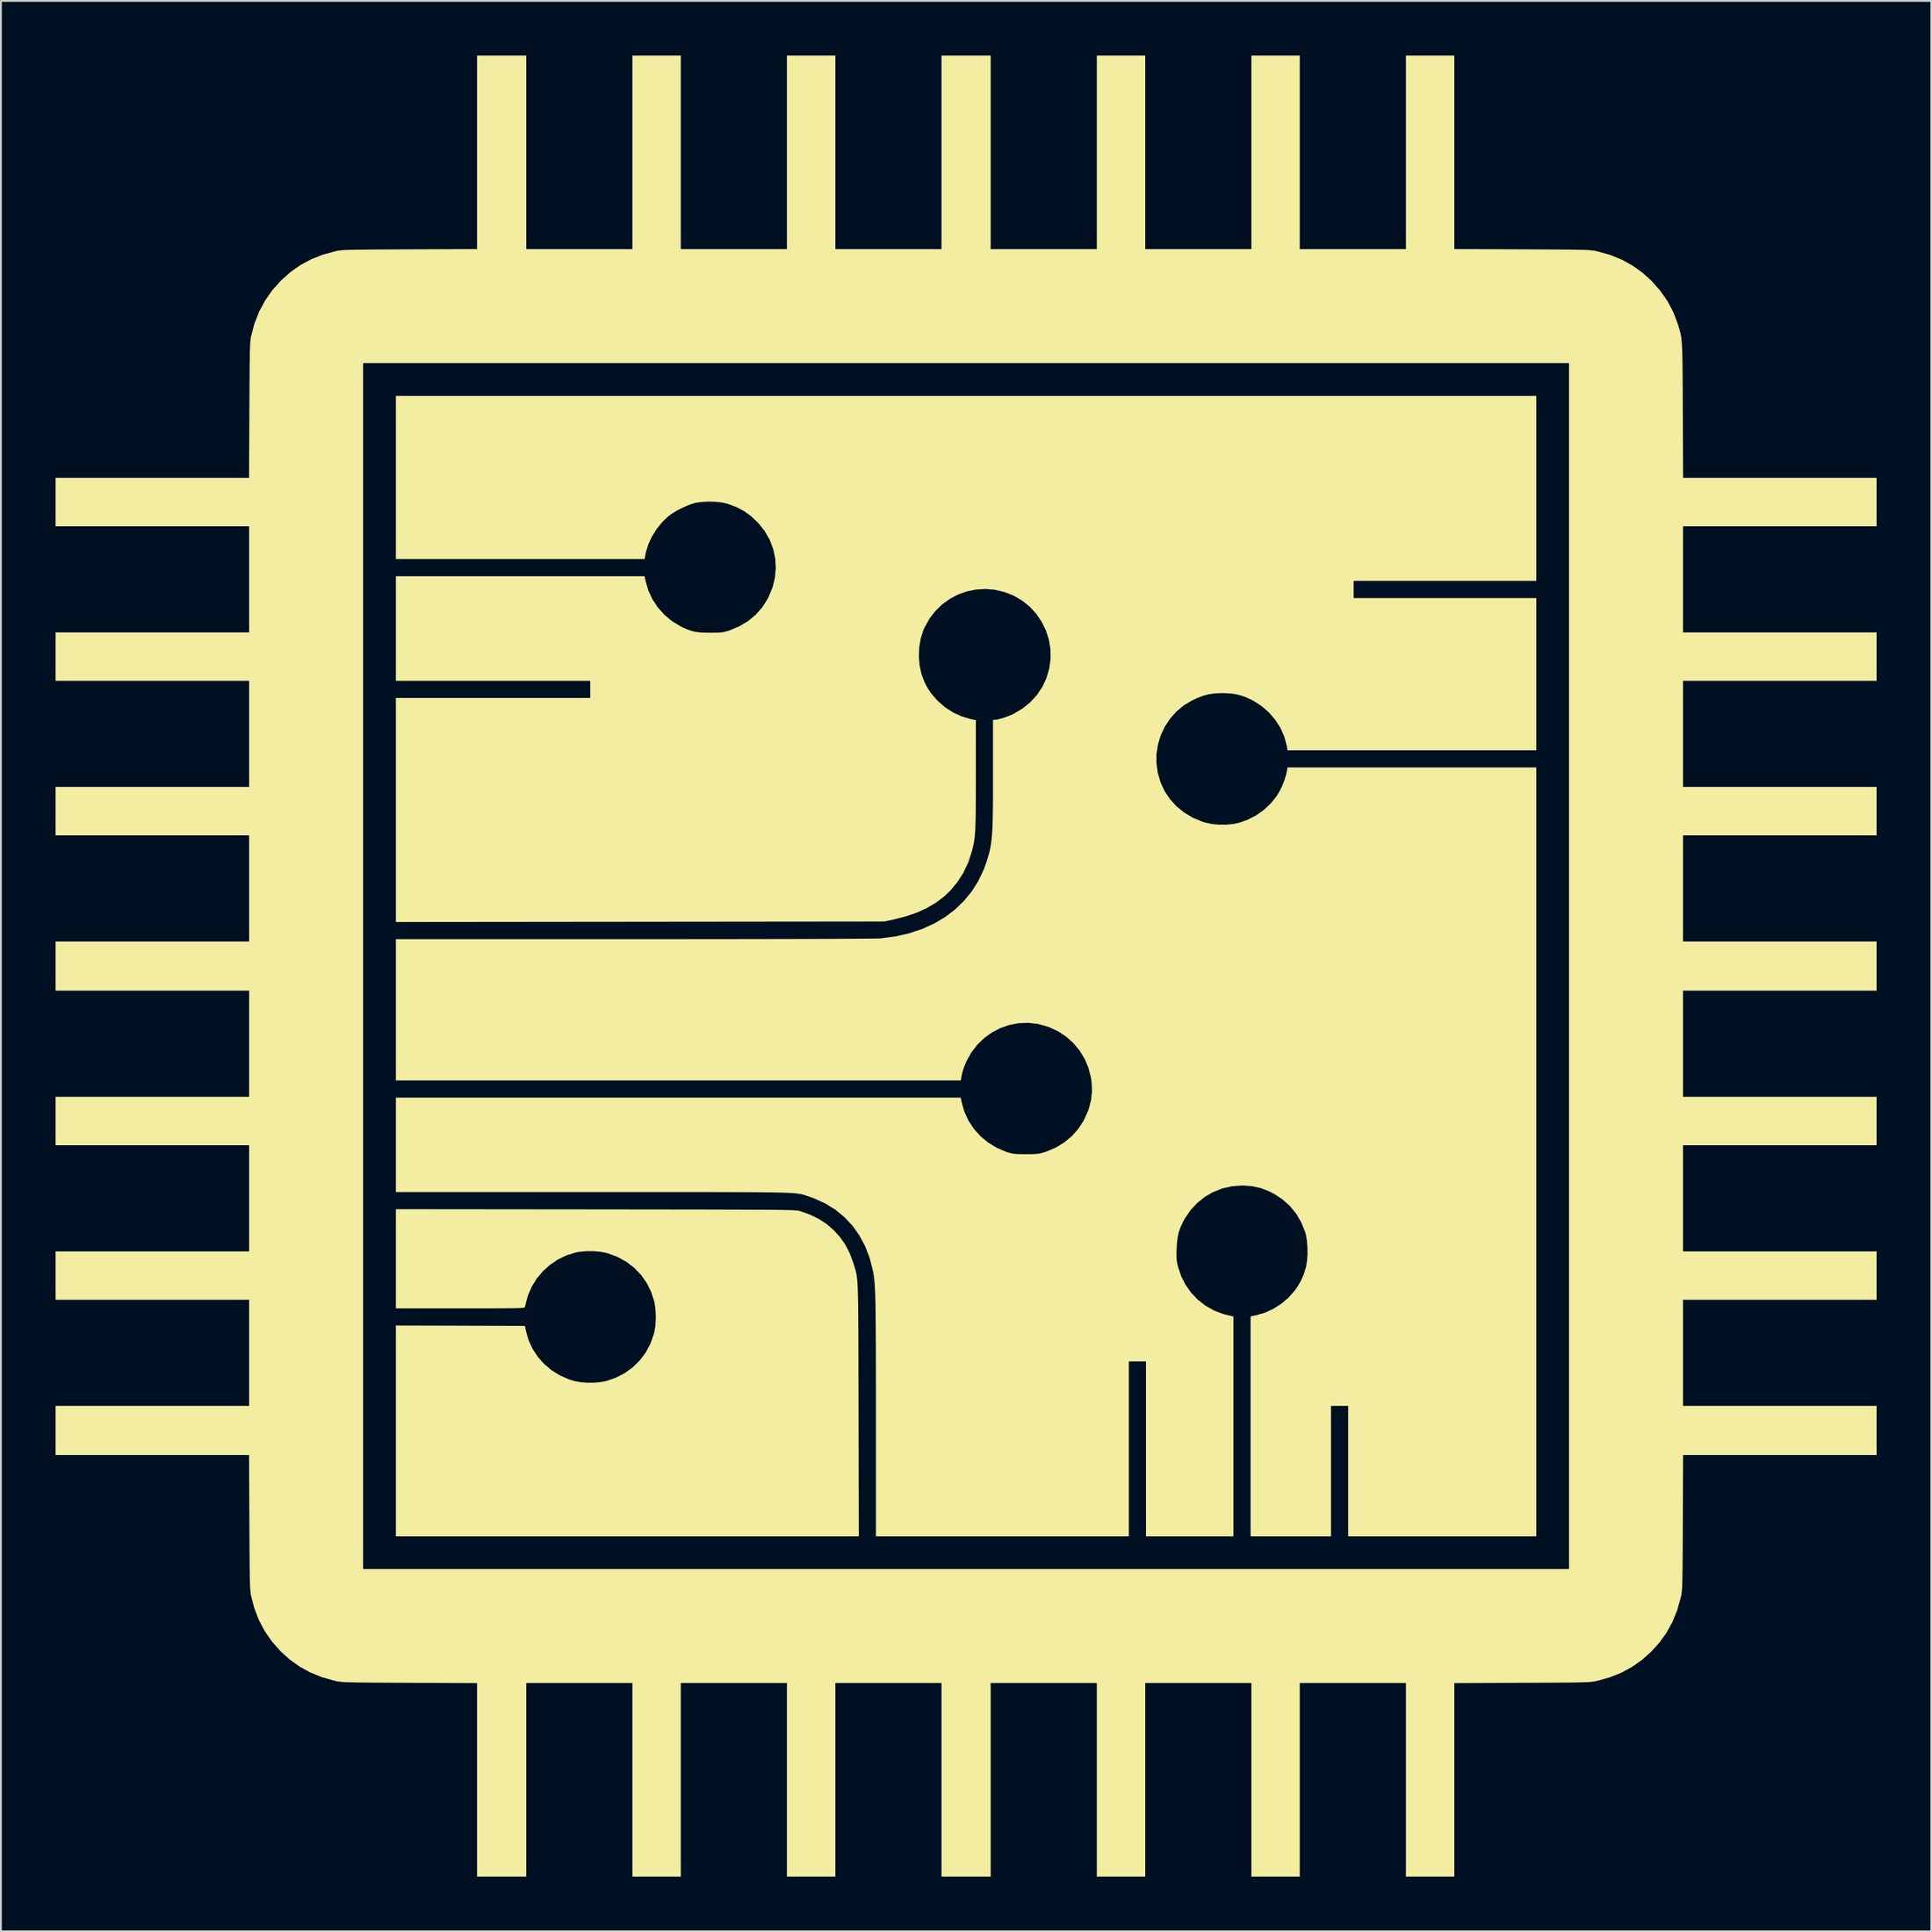
<source format=kicad_pcb>
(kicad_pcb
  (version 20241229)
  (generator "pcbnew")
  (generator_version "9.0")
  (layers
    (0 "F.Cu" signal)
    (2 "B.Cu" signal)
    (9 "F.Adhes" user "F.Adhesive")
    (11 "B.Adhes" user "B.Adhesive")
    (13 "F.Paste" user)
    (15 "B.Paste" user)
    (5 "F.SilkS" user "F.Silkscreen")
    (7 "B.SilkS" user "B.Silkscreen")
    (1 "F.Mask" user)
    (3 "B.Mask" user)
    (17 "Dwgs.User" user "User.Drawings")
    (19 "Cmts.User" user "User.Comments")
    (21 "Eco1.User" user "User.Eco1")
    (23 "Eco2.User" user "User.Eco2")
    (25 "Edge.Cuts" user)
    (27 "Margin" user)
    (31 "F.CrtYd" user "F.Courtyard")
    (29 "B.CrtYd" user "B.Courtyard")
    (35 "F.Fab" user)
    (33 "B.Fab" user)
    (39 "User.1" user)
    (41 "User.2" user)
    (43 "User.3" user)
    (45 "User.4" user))
  (footprint "image-converter-footprint"
    (layer "F.Cu")
    (at 49.943 49.943)
    (property "Reference" "image-converter-footprint" (at 0 0 0) (layer "F.SilkS") (effects (font (size 1.524 1.524) (thickness 0.3))))
    (attr board_only exclude_from_pos_files exclude_from_bom)
    (fp_poly (pts (xy -20.314 13.374) (xy -19.167 13.375) (xy -18.102 13.377) (xy -17.117 13.378) (xy -16.208 13.379) (xy -15.372 13.38) (xy -14.606 13.381) (xy -13.907 13.383) (xy -13.271 13.384) (xy -12.696 13.386) (xy -12.178 13.388) (xy -11.714 13.39) (xy -11.302 13.392) (xy -10.937 13.395) (xy -10.616 13.397) (xy -10.338 13.4) (xy -10.097 13.404) (xy -9.892 13.408) (xy -9.719 13.412) (xy -9.575 13.416) (xy -9.456 13.421) (xy -9.36 13.426) (xy -9.284 13.432) (xy -9.224 13.438) (xy -9.177 13.445) (xy -9.14 13.453) (xy -9.109 13.46) (xy -9.106 13.461) (xy -8.549 13.659) (xy -8.059 13.896) (xy -7.625 14.18) (xy -7.238 14.517) (xy -7.235 14.519) (xy -6.888 14.905) (xy -6.602 15.316) (xy -6.368 15.771) (xy -6.175 16.285) (xy -6.151 16.362) (xy -6.118 16.467) (xy -6.089 16.562) (xy -6.062 16.652) (xy -6.037 16.739) (xy -6.016 16.829) (xy -5.996 16.926) (xy -5.979 17.034) (xy -5.963 17.157) (xy -5.95 17.299) (xy -5.938 17.464) (xy -5.928 17.658) (xy -5.92 17.884) (xy -5.912 18.145) (xy -5.906 18.447) (xy -5.901 18.794) (xy -5.897 19.19) (xy -5.894 19.638) (xy -5.891 20.144) (xy -5.889 20.711) (xy -5.887 21.344) (xy -5.885 22.047) (xy -5.884 22.823) (xy -5.882 23.678) (xy -5.88 24.383) (xy -5.865 31.311) (xy -31.268 31.311) (xy -31.268 19.746) (xy -27.727 19.756) (xy -24.186 19.767) (xy -24.13 20.047) (xy -23.984 20.556) (xy -23.763 21.034) (xy -23.474 21.473) (xy -23.122 21.866) (xy -22.714 22.208) (xy -22.257 22.49) (xy -21.757 22.706) (xy -21.481 22.791) (xy -21.151 22.854) (xy -20.774 22.884) (xy -20.383 22.882) (xy -20.01 22.848) (xy -19.725 22.791) (xy -19.194 22.608) (xy -18.707 22.355) (xy -18.269 22.038) (xy -17.886 21.662) (xy -17.563 21.233) (xy -17.306 20.757) (xy -17.121 20.24) (xy -17.09 20.12) (xy -17.029 19.759) (xy -17.004 19.356) (xy -17.015 18.946) (xy -17.062 18.565) (xy -17.09 18.43) (xy -17.259 17.903) (xy -17.5 17.417) (xy -17.809 16.977) (xy -18.179 16.589) (xy -18.605 16.259) (xy -19.081 15.992) (xy -19.602 15.794) (xy -19.725 15.759) (xy -20.058 15.696) (xy -20.437 15.665) (xy -20.829 15.667) (xy -21.201 15.701) (xy -21.395 15.737) (xy -21.902 15.893) (xy -22.378 16.123) (xy -22.815 16.418) (xy -23.206 16.771) (xy -23.543 17.174) (xy -23.818 17.62) (xy -24.022 18.1) (xy -24.113 18.422) (xy -24.146 18.566) (xy -24.174 18.683) (xy -24.186 18.729) (xy -24.193 18.742) (xy -24.211 18.754) (xy -24.245 18.764) (xy -24.301 18.773) (xy -24.383 18.78) (xy -24.498 18.786) (xy -24.65 18.791) (xy -24.846 18.795) (xy -25.09 18.798) (xy -25.389 18.8) (xy -25.747 18.802) (xy -26.171 18.803) (xy -26.664 18.803) (xy -27.234 18.804) (xy -27.737 18.804) (xy -31.268 18.804) (xy -31.268 13.363)) (stroke (width 0) (type solid)) (fill yes) (layer "F.SilkS"))
    (fp_poly (pts (xy -24.115 -39.321) (xy -18.29 -39.321) (xy -18.29 -49.943) (xy -15.634 -49.943) (xy -15.634 -39.321) (xy -9.809 -39.321) (xy -9.809 -49.943) (xy -7.153 -49.943) (xy -7.153 -39.321) (xy -1.328 -39.321) (xy -1.328 -49.943) (xy 1.371 -49.943) (xy 1.371 -39.321) (xy 7.196 -39.321) (xy 7.196 -49.943) (xy 9.852 -49.943) (xy 9.852 -39.321) (xy 15.677 -39.321) (xy 15.677 -49.943) (xy 18.333 -49.943) (xy 18.333 -39.321) (xy 24.158 -39.321) (xy 24.158 -49.943) (xy 26.813 -49.943) (xy 26.813 -39.325) (xy 30.529 -39.31) (xy 31.179 -39.307) (xy 31.75 -39.304) (xy 32.246 -39.302) (xy 32.675 -39.299) (xy 33.041 -39.296) (xy 33.352 -39.292) (xy 33.612 -39.288) (xy 33.829 -39.283) (xy 34.006 -39.277) (xy 34.152 -39.27) (xy 34.271 -39.262) (xy 34.369 -39.252) (xy 34.453 -39.241) (xy 34.528 -39.228) (xy 34.601 -39.213) (xy 34.66 -39.2) (xy 35.355 -39.006) (xy 35.993 -38.749) (xy 36.584 -38.426) (xy 37.134 -38.033) (xy 37.631 -37.585) (xy 38.102 -37.056) (xy 38.501 -36.485) (xy 38.825 -35.875) (xy 39.072 -35.234) (xy 39.087 -35.186) (xy 39.129 -35.049) (xy 39.166 -34.924) (xy 39.198 -34.807) (xy 39.226 -34.691) (xy 39.25 -34.57) (xy 39.27 -34.438) (xy 39.287 -34.287) (xy 39.301 -34.114) (xy 39.313 -33.91) (xy 39.322 -33.67) (xy 39.329 -33.388) (xy 39.335 -33.057) (xy 39.339 -32.672) (xy 39.343 -32.226) (xy 39.346 -31.712) (xy 39.348 -31.125) (xy 39.351 -30.465) (xy 39.368 -26.771) (xy 49.986 -26.771) (xy 49.986 -24.115) (xy 39.364 -24.115) (xy 39.364 -18.29) (xy 49.986 -18.29) (xy 49.986 -15.634) (xy 39.364 -15.634) (xy 39.364 -9.809) (xy 49.986 -9.809) (xy 49.986 -7.153) (xy 39.364 -7.153) (xy 39.364 -1.328) (xy 49.986 -1.328) (xy 49.986 1.371) (xy 39.364 1.371) (xy 39.364 7.196) (xy 49.986 7.196) (xy 49.986 9.852) (xy 39.364 9.852) (xy 39.364 15.677) (xy 49.986 15.677) (xy 49.986 18.333) (xy 39.364 18.333) (xy 39.364 24.158) (xy 49.986 24.158) (xy 49.986 26.856) (xy 39.368 26.856) (xy 39.352 30.551) (xy 39.349 31.199) (xy 39.347 31.767) (xy 39.344 32.262) (xy 39.341 32.689) (xy 39.338 33.054) (xy 39.334 33.363) (xy 39.33 33.622) (xy 39.325 33.836) (xy 39.319 34.013) (xy 39.312 34.158) (xy 39.304 34.276) (xy 39.294 34.374) (xy 39.283 34.458) (xy 39.27 34.533) (xy 39.255 34.606) (xy 39.242 34.66) (xy 39.048 35.357) (xy 38.79 35.999) (xy 38.465 36.592) (xy 38.07 37.143) (xy 37.628 37.631) (xy 37.109 38.096) (xy 36.556 38.486) (xy 35.964 38.806) (xy 35.323 39.059) (xy 34.66 39.243) (xy 34.586 39.259) (xy 34.514 39.274) (xy 34.437 39.286) (xy 34.351 39.297) (xy 34.248 39.306) (xy 34.125 39.314) (xy 33.973 39.321) (xy 33.788 39.327) (xy 33.563 39.332) (xy 33.293 39.336) (xy 32.971 39.339) (xy 32.592 39.342) (xy 32.15 39.345) (xy 31.639 39.347) (xy 31.053 39.35) (xy 30.529 39.352) (xy 26.813 39.368) (xy 26.813 49.986) (xy 24.158 49.986) (xy 24.158 39.364) (xy 18.333 39.364) (xy 18.333 49.986) (xy 15.677 49.986) (xy 15.677 39.364) (xy 9.852 39.364) (xy 9.852 49.986) (xy 7.196 49.986) (xy 7.196 39.364) (xy 1.371 39.364) (xy 1.371 49.986) (xy -1.328 49.986) (xy -1.328 39.364) (xy -7.153 39.364) (xy -7.153 49.986) (xy -9.809 49.986) (xy -9.809 39.364) (xy -15.634 39.364) (xy -15.634 49.986) (xy -18.29 49.986) (xy -18.29 39.364) (xy -24.115 39.364) (xy -24.115 49.986) (xy -26.813 49.986) (xy -26.813 39.368) (xy -30.508 39.352) (xy -31.156 39.349) (xy -31.724 39.347) (xy -32.219 39.344) (xy -32.646 39.341) (xy -33.011 39.338) (xy -33.32 39.334) (xy -33.579 39.33) (xy -33.794 39.325) (xy -33.97 39.319) (xy -34.115 39.312) (xy -34.233 39.304) (xy -34.331 39.294) (xy -34.415 39.283) (xy -34.49 39.27) (xy -34.563 39.255) (xy -34.618 39.242) (xy -35.315 39.048) (xy -35.957 38.789) (xy -36.552 38.463) (xy -37.104 38.067) (xy -37.588 37.63) (xy -38.062 37.098) (xy -38.463 36.52) (xy -38.791 35.897) (xy -39.046 35.231) (xy -39.221 34.552) (xy -39.234 34.481) (xy -39.245 34.397) (xy -39.255 34.295) (xy -39.264 34.169) (xy -39.271 34.013) (xy -39.278 33.821) (xy -39.283 33.589) (xy -39.288 33.309) (xy -39.291 33.11) (xy -33.067 33.11) (xy 33.11 33.11) (xy 33.11 -33.067) (xy -33.067 -33.067) (xy -33.067 33.11) (xy -39.291 33.11) (xy -39.293 32.976) (xy -39.296 32.584) (xy -39.3 32.128) (xy -39.303 31.603) (xy -39.306 31.001) (xy -39.309 30.529) (xy -39.325 26.856) (xy -49.943 26.856) (xy -49.943 24.158) (xy -39.321 24.158) (xy -39.321 18.333) (xy -49.943 18.333) (xy -49.943 15.677) (xy -39.321 15.677) (xy -39.321 9.852) (xy -49.943 9.852) (xy -49.943 7.196) (xy -39.321 7.196) (xy -39.321 1.371) (xy -49.943 1.371) (xy -49.943 -1.328) (xy -39.321 -1.328) (xy -39.321 -7.153) (xy -49.943 -7.153) (xy -49.943 -9.809) (xy -39.321 -9.809) (xy -39.321 -15.634) (xy -49.943 -15.634) (xy -49.943 -18.29) (xy -39.321 -18.29) (xy -39.321 -24.115) (xy -49.943 -24.115) (xy -49.943 -26.771) (xy -39.325 -26.771) (xy -39.309 -30.465) (xy -39.305 -31.126) (xy -39.302 -31.706) (xy -39.299 -32.212) (xy -39.295 -32.65) (xy -39.292 -33.026) (xy -39.287 -33.344) (xy -39.282 -33.611) (xy -39.276 -33.832) (xy -39.269 -34.013) (xy -39.262 -34.161) (xy -39.253 -34.28) (xy -39.242 -34.377) (xy -39.231 -34.456) (xy -39.221 -34.509) (xy -39.037 -35.216) (xy -38.778 -35.88) (xy -38.446 -36.501) (xy -38.039 -37.079) (xy -37.585 -37.587) (xy -37.069 -38.051) (xy -36.517 -38.441) (xy -35.924 -38.762) (xy -35.282 -39.016) (xy -34.618 -39.2) (xy -34.543 -39.216) (xy -34.47 -39.231) (xy -34.394 -39.243) (xy -34.307 -39.254) (xy -34.204 -39.264) (xy -34.08 -39.272) (xy -33.928 -39.278) (xy -33.742 -39.284) (xy -33.516 -39.289) (xy -33.245 -39.293) (xy -32.923 -39.296) (xy -32.543 -39.299) (xy -32.099 -39.302) (xy -31.586 -39.305) (xy -30.998 -39.307) (xy -30.508 -39.31) (xy -26.813 -39.325) (xy -26.813 -49.943) (xy -24.115 -49.943)) (stroke (width 0) (type solid)) (fill yes) (layer "F.SilkS"))
    (fp_poly (pts (xy 31.311 -21.117) (xy 21.288 -21.117) (xy 21.288 -20.174) (xy 31.311 -20.174) (xy 31.311 -11.822) (xy 17.662 -11.822) (xy 17.613 -12.09) (xy 17.479 -12.582) (xy 17.269 -13.052) (xy 16.988 -13.492) (xy 16.645 -13.891) (xy 16.247 -14.24) (xy 15.801 -14.53) (xy 15.653 -14.607) (xy 15.292 -14.766) (xy 14.949 -14.872) (xy 14.592 -14.934) (xy 14.192 -14.957) (xy 14.092 -14.958) (xy 13.708 -14.945) (xy 13.371 -14.901) (xy 13.05 -14.82) (xy 12.716 -14.694) (xy 12.435 -14.563) (xy 11.98 -14.293) (xy 11.575 -13.958) (xy 11.225 -13.567) (xy 10.934 -13.13) (xy 10.708 -12.654) (xy 10.552 -12.149) (xy 10.47 -11.624) (xy 10.466 -11.137) (xy 10.539 -10.586) (xy 10.691 -10.067) (xy 10.915 -9.584) (xy 11.208 -9.143) (xy 11.565 -8.75) (xy 11.982 -8.409) (xy 12.455 -8.125) (xy 12.98 -7.905) (xy 13.132 -7.857) (xy 13.487 -7.779) (xy 13.888 -7.74) (xy 14.303 -7.74) (xy 14.701 -7.778) (xy 14.97 -7.833) (xy 15.466 -8.005) (xy 15.935 -8.248) (xy 16.366 -8.554) (xy 16.748 -8.913) (xy 17.068 -9.317) (xy 17.243 -9.606) (xy 17.373 -9.879) (xy 17.487 -10.171) (xy 17.576 -10.452) (xy 17.628 -10.686) (xy 17.657 -10.88) (xy 31.311 -10.88) (xy 31.311 31.311) (xy 20.988 31.311) (xy 20.988 24.158) (xy 20.046 24.158) (xy 20.046 31.311) (xy 15.634 31.311) (xy 15.634 19.243) (xy 15.902 19.191) (xy 16.395 19.052) (xy 16.87 18.837) (xy 17.315 18.555) (xy 17.717 18.214) (xy 18.061 17.824) (xy 18.193 17.635) (xy 18.399 17.282) (xy 18.552 16.935) (xy 18.668 16.553) (xy 18.682 16.495) (xy 18.732 16.202) (xy 18.756 15.862) (xy 18.755 15.503) (xy 18.731 15.15) (xy 18.685 14.833) (xy 18.633 14.627) (xy 18.42 14.096) (xy 18.14 13.616) (xy 17.795 13.191) (xy 17.385 12.823) (xy 16.914 12.514) (xy 16.648 12.379) (xy 16.195 12.205) (xy 15.726 12.101) (xy 15.22 12.063) (xy 15.163 12.063) (xy 14.609 12.104) (xy 14.078 12.225) (xy 13.579 12.422) (xy 13.116 12.69) (xy 12.698 13.026) (xy 12.33 13.425) (xy 12.019 13.883) (xy 11.918 14.071) (xy 11.789 14.352) (xy 11.695 14.616) (xy 11.633 14.889) (xy 11.595 15.198) (xy 11.576 15.528) (xy 11.569 15.788) (xy 11.569 15.986) (xy 11.58 16.148) (xy 11.602 16.299) (xy 11.638 16.463) (xy 11.65 16.514) (xy 11.821 17.031) (xy 12.064 17.511) (xy 12.373 17.947) (xy 12.74 18.332) (xy 13.16 18.659) (xy 13.625 18.922) (xy 14.127 19.113) (xy 14.303 19.159) (xy 14.692 19.252) (xy 14.692 31.311) (xy 9.894 31.311) (xy 9.894 21.716) (xy 8.952 21.716) (xy 8.952 31.311) (xy -4.926 31.311) (xy -4.926 24.79) (xy -4.926 23.858) (xy -4.926 23.009) (xy -4.927 22.236) (xy -4.928 21.536) (xy -4.93 20.905) (xy -4.933 20.338) (xy -4.936 19.832) (xy -4.94 19.381) (xy -4.944 18.982) (xy -4.95 18.63) (xy -4.957 18.321) (xy -4.965 18.051) (xy -4.975 17.816) (xy -4.985 17.611) (xy -4.997 17.432) (xy -5.011 17.274) (xy -5.026 17.134) (xy -5.043 17.008) (xy -5.062 16.89) (xy -5.083 16.778) (xy -5.098 16.705) (xy -5.277 16.018) (xy -5.523 15.383) (xy -5.833 14.802) (xy -6.205 14.277) (xy -6.639 13.811) (xy -7.131 13.405) (xy -7.681 13.061) (xy -8.286 12.782) (xy -8.55 12.686) (xy -8.63 12.659) (xy -8.702 12.633) (xy -8.768 12.61) (xy -8.834 12.588) (xy -8.9 12.568) (xy -8.972 12.549) (xy -9.051 12.533) (xy -9.142 12.517) (xy -9.247 12.504) (xy -9.371 12.491) (xy -9.515 12.48) (xy -9.683 12.47) (xy -9.88 12.461) (xy -10.107 12.454) (xy -10.367 12.447) (xy -10.666 12.442) (xy -11.004 12.437) (xy -11.387 12.433) (xy -11.816 12.43) (xy -12.296 12.427) (xy -12.83 12.425) (xy -13.42 12.424) (xy -14.07 12.423) (xy -14.783 12.422) (xy -15.563 12.421) (xy -16.413 12.421) (xy -17.335 12.421) (xy -18.334 12.421) (xy -19.412 12.422) (xy -20.458 12.422) (xy -31.268 12.422) (xy -31.268 7.239) (xy -0.274 7.239) (xy -0.219 7.504) (xy -0.07 8.022) (xy 0.155 8.507) (xy 0.45 8.953) (xy 0.807 9.352) (xy 1.222 9.698) (xy 1.687 9.985) (xy 2.198 10.205) (xy 2.314 10.244) (xy 2.449 10.283) (xy 2.575 10.311) (xy 2.713 10.328) (xy 2.881 10.338) (xy 3.099 10.343) (xy 3.32 10.343) (xy 3.581 10.342) (xy 3.778 10.337) (xy 3.93 10.327) (xy 4.057 10.308) (xy 4.181 10.278) (xy 4.322 10.235) (xy 4.412 10.205) (xy 4.938 9.985) (xy 5.412 9.697) (xy 5.832 9.347) (xy 6.192 8.938) (xy 6.489 8.474) (xy 6.718 7.961) (xy 6.76 7.838) (xy 6.883 7.359) (xy 6.932 6.888) (xy 6.911 6.403) (xy 6.874 6.149) (xy 6.739 5.613) (xy 6.529 5.114) (xy 6.251 4.657) (xy 5.911 4.248) (xy 5.514 3.894) (xy 5.066 3.599) (xy 4.574 3.371) (xy 4.042 3.214) (xy 3.947 3.195) (xy 3.413 3.135) (xy 2.888 3.157) (xy 2.378 3.256) (xy 1.891 3.428) (xy 1.434 3.668) (xy 1.014 3.972) (xy 0.639 4.336) (xy 0.315 4.755) (xy 0.05 5.225) (xy -0.111 5.621) (xy -0.166 5.801) (xy -0.213 5.98) (xy -0.238 6.103) (xy -0.267 6.296) (xy -31.268 6.296) (xy -31.268 -1.456) (xy -18.215 -1.457) (xy -16.859 -1.457) (xy -15.568 -1.457) (xy -14.342 -1.458) (xy -13.183 -1.459) (xy -12.091 -1.46) (xy -11.069 -1.462) (xy -10.118 -1.464) (xy -9.238 -1.466) (xy -8.432 -1.468) (xy -7.699 -1.471) (xy -7.042 -1.474) (xy -6.462 -1.477) (xy -5.961 -1.48) (xy -5.538 -1.483) (xy -5.196 -1.487) (xy -4.936 -1.491) (xy -4.76 -1.495) (xy -4.669 -1.5) (xy -3.866 -1.605) (xy -3.109 -1.776) (xy -2.399 -2.011) (xy -1.74 -2.309) (xy -1.135 -2.666) (xy -0.586 -3.082) (xy -0.095 -3.554) (xy 0.334 -4.08) (xy 0.698 -4.659) (xy 0.995 -5.287) (xy 1.133 -5.667) (xy 1.197 -5.868) (xy 1.254 -6.057) (xy 1.303 -6.241) (xy 1.345 -6.425) (xy 1.38 -6.619) (xy 1.41 -6.828) (xy 1.434 -7.059) (xy 1.454 -7.321) (xy 1.469 -7.619) (xy 1.48 -7.961) (xy 1.488 -8.354) (xy 1.494 -8.805) (xy 1.497 -9.32) (xy 1.498 -9.908) (xy 1.499 -10.526) (xy 1.499 -13.492) (xy 1.596 -13.492) (xy 1.732 -13.51) (xy 1.922 -13.556) (xy 2.141 -13.624) (xy 2.366 -13.705) (xy 2.573 -13.794) (xy 2.627 -13.82) (xy 3.116 -14.11) (xy 3.545 -14.457) (xy 3.91 -14.856) (xy 4.208 -15.301) (xy 4.434 -15.787) (xy 4.585 -16.31) (xy 4.657 -16.835) (xy 4.65 -17.374) (xy 4.563 -17.9) (xy 4.4 -18.404) (xy 4.167 -18.879) (xy 3.869 -19.315) (xy 3.51 -19.704) (xy 3.095 -20.038) (xy 2.639 -20.303) (xy 2.126 -20.506) (xy 1.604 -20.629) (xy 1.08 -20.673) (xy 0.562 -20.642) (xy 0.058 -20.538) (xy -0.425 -20.365) (xy -0.879 -20.125) (xy -1.297 -19.821) (xy -1.672 -19.456) (xy -1.995 -19.033) (xy -2.26 -18.555) (xy -2.33 -18.393) (xy -2.469 -17.952) (xy -2.55 -17.472) (xy -2.57 -16.975) (xy -2.531 -16.485) (xy -2.432 -16.026) (xy -2.403 -15.936) (xy -2.262 -15.568) (xy -2.099 -15.248) (xy -1.899 -14.951) (xy -1.646 -14.652) (xy -1.508 -14.506) (xy -1.123 -14.173) (xy -0.684 -13.892) (xy -0.209 -13.675) (xy 0.283 -13.532) (xy 0.289 -13.53) (xy 0.557 -13.475) (xy 0.557 -10.475) (xy 0.556 -9.854) (xy 0.555 -9.311) (xy 0.553 -8.84) (xy 0.55 -8.434) (xy 0.545 -8.084) (xy 0.537 -7.785) (xy 0.528 -7.529) (xy 0.515 -7.309) (xy 0.499 -7.118) (xy 0.479 -6.948) (xy 0.456 -6.794) (xy 0.428 -6.647) (xy 0.396 -6.5) (xy 0.358 -6.347) (xy 0.34 -6.277) (xy 0.143 -5.674) (xy -0.124 -5.107) (xy -0.457 -4.583) (xy -0.849 -4.114) (xy -1.196 -3.788) (xy -1.641 -3.453) (xy -2.127 -3.166) (xy -2.664 -2.92) (xy -3.262 -2.714) (xy -3.929 -2.541) (xy -4.048 -2.515) (xy -4.476 -2.425) (xy -17.872 -2.411) (xy -31.268 -2.397) (xy -31.268 -14.692) (xy -20.603 -14.692) (xy -20.603 -15.634) (xy -31.268 -15.634) (xy -31.268 -21.374) (xy -17.622 -21.374) (xy -17.567 -21.109) (xy -17.417 -20.593) (xy -17.192 -20.108) (xy -16.896 -19.66) (xy -16.537 -19.258) (xy -16.121 -18.91) (xy -15.654 -18.624) (xy -15.545 -18.57) (xy -15.293 -18.459) (xy -15.068 -18.378) (xy -14.845 -18.323) (xy -14.604 -18.29) (xy -14.32 -18.274) (xy -14.006 -18.271) (xy -13.747 -18.273) (xy -13.552 -18.278) (xy -13.4 -18.29) (xy -13.271 -18.311) (xy -13.142 -18.343) (xy -12.994 -18.389) (xy -12.95 -18.404) (xy -12.425 -18.622) (xy -11.95 -18.906) (xy -11.53 -19.252) (xy -11.17 -19.657) (xy -10.875 -20.116) (xy -10.812 -20.239) (xy -10.599 -20.761) (xy -10.469 -21.292) (xy -10.42 -21.824) (xy -10.452 -22.351) (xy -10.562 -22.865) (xy -10.75 -23.36) (xy -11.016 -23.828) (xy -11.357 -24.263) (xy -11.409 -24.318) (xy -11.782 -24.671) (xy -12.168 -24.951) (xy -12.587 -25.171) (xy -13.061 -25.344) (xy -13.137 -25.366) (xy -13.412 -25.423) (xy -13.74 -25.456) (xy -14.092 -25.466) (xy -14.438 -25.451) (xy -14.749 -25.413) (xy -14.884 -25.384) (xy -15.169 -25.292) (xy -15.484 -25.159) (xy -15.801 -24.999) (xy -16.091 -24.826) (xy -16.325 -24.657) (xy -16.657 -24.338) (xy -16.956 -23.966) (xy -17.211 -23.558) (xy -17.411 -23.133) (xy -17.546 -22.71) (xy -17.585 -22.509) (xy -17.614 -22.316) (xy -31.268 -22.316) (xy -31.268 -31.268) (xy 31.311 -31.268)) (stroke (width 0) (type solid)) (fill yes) (layer "F.SilkS")))
  (gr_rect
    (start -3 -3)
    (end 102.93 102.93)
    (stroke (width 0.1) (type default))
    (fill no)
    (layer "Edge.Cuts")))
</source>
